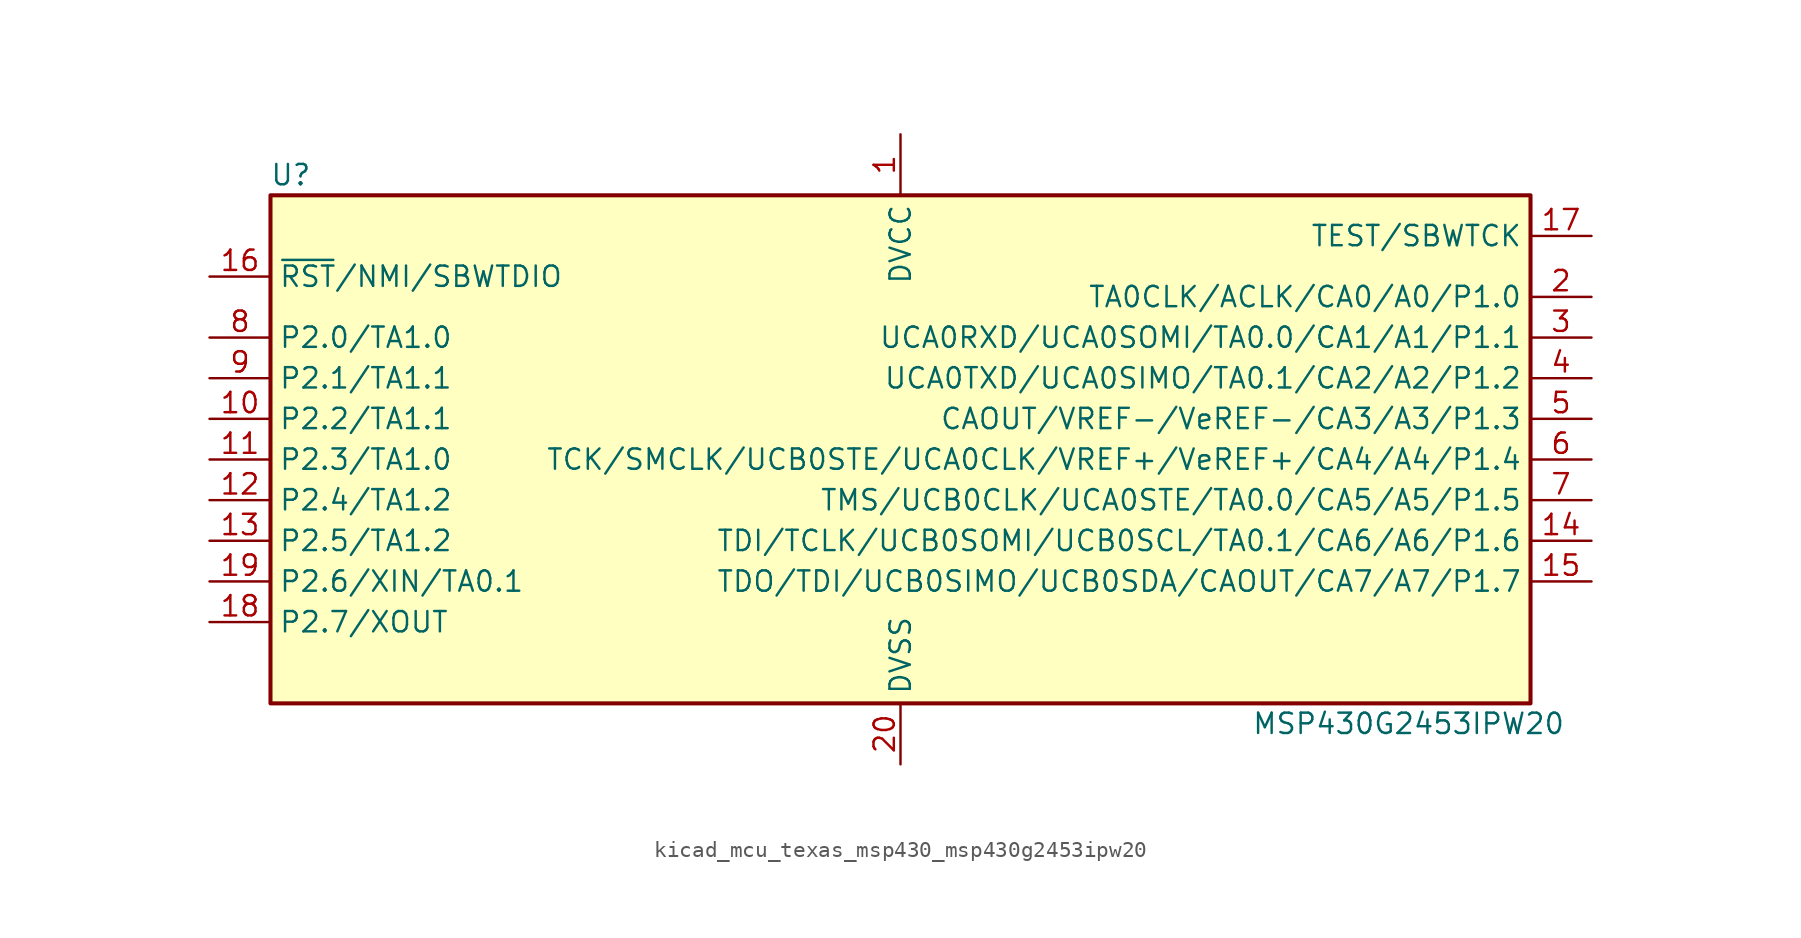
<source format=kicad_sym>
(kicad_symbol_lib
  (version 20220914)
  (generator kicad_symbol_editor)
  (symbol "kicad_mcu_texas_msp430_msp430g2453ipw20"
    (property "Reference" "U"
      (at -38.1 17.78 0)
      (effects (font (size 1.27 1.27))))
    (property "Value" "MSP430G2453IPW20"
      (at 31.75 -16.51 0)
      (effects (font (size 1.27 1.27))))
    (symbol "kicad_mcu_texas_msp430_msp430g2453ipw20_0_1"
      (rectangle (start -39.37 16.51) (end 39.37 -15.24) (stroke (width 0.254) (type default)) (fill (type background))))
    (symbol "kicad_mcu_texas_msp430_msp430g2453ipw20_1_1"
      (pin power_in line (at 0 20.32 270) (length 3.81) (name "DVCC" (effects (font (size 1.27 1.27)))) (number "1" (effects (font (size 1.27 1.27)))))
      (pin bidirectional line (at -43.18 2.54 0) (length 3.81) (name "P2.2/TA1.1" (effects (font (size 1.27 1.27)))) (number "10" (effects (font (size 1.27 1.27)))))
      (pin bidirectional line (at -43.18 0 0) (length 3.81) (name "P2.3/TA1.0" (effects (font (size 1.27 1.27)))) (number "11" (effects (font (size 1.27 1.27)))))
      (pin bidirectional line (at -43.18 -2.54 0) (length 3.81) (name "P2.4/TA1.2" (effects (font (size 1.27 1.27)))) (number "12" (effects (font (size 1.27 1.27)))))
      (pin bidirectional line (at -43.18 -5.08 0) (length 3.81) (name "P2.5/TA1.2" (effects (font (size 1.27 1.27)))) (number "13" (effects (font (size 1.27 1.27)))))
      (pin bidirectional line (at 43.18 -5.08 180) (length 3.81) (name "TDI/TCLK/UCB0SOMI/UCB0SCL/TA0.1/CA6/A6/P1.6" (effects (font (size 1.27 1.27)))) (number "14" (effects (font (size 1.27 1.27)))))
      (pin bidirectional line (at 43.18 -7.62 180) (length 3.81) (name "TDO/TDI/UCB0SIMO/UCB0SDA/CAOUT/CA7/A7/P1.7" (effects (font (size 1.27 1.27)))) (number "15" (effects (font (size 1.27 1.27)))))
      (pin input line (at -43.18 11.43 0) (length 3.81) (name "~{RST}/NMI/SBWTDIO" (effects (font (size 1.27 1.27)))) (number "16" (effects (font (size 1.27 1.27)))))
      (pin input line (at 43.18 13.97 180) (length 3.81) (name "TEST/SBWTCK" (effects (font (size 1.27 1.27)))) (number "17" (effects (font (size 1.27 1.27)))))
      (pin bidirectional line (at -43.18 -10.16 0) (length 3.81) (name "P2.7/XOUT" (effects (font (size 1.27 1.27)))) (number "18" (effects (font (size 1.27 1.27)))))
      (pin bidirectional line (at -43.18 -7.62 0) (length 3.81) (name "P2.6/XIN/TA0.1" (effects (font (size 1.27 1.27)))) (number "19" (effects (font (size 1.27 1.27)))))
      (pin bidirectional line (at 43.18 10.16 180) (length 3.81) (name "TA0CLK/ACLK/CA0/A0/P1.0" (effects (font (size 1.27 1.27)))) (number "2" (effects (font (size 1.27 1.27)))))
      (pin power_in line (at 0 -19.05 90) (length 3.81) (name "DVSS" (effects (font (size 1.27 1.27)))) (number "20" (effects (font (size 1.27 1.27)))))
      (pin bidirectional line (at 43.18 7.62 180) (length 3.81) (name "UCA0RXD/UCA0SOMI/TA0.0/CA1/A1/P1.1" (effects (font (size 1.27 1.27)))) (number "3" (effects (font (size 1.27 1.27)))))
      (pin bidirectional line (at 43.18 5.08 180) (length 3.81) (name "UCA0TXD/UCA0SIMO/TA0.1/CA2/A2/P1.2" (effects (font (size 1.27 1.27)))) (number "4" (effects (font (size 1.27 1.27)))))
      (pin bidirectional line (at 43.18 2.54 180) (length 3.81) (name "CAOUT/VREF-/VeREF-/CA3/A3/P1.3" (effects (font (size 1.27 1.27)))) (number "5" (effects (font (size 1.27 1.27)))))
      (pin bidirectional line (at 43.18 0 180) (length 3.81) (name "TCK/SMCLK/UCB0STE/UCA0CLK/VREF+/VeREF+/CA4/A4/P1.4" (effects (font (size 1.27 1.27)))) (number "6" (effects (font (size 1.27 1.27)))))
      (pin bidirectional line (at 43.18 -2.54 180) (length 3.81) (name "TMS/UCB0CLK/UCA0STE/TA0.0/CA5/A5/P1.5" (effects (font (size 1.27 1.27)))) (number "7" (effects (font (size 1.27 1.27)))))
      (pin bidirectional line (at -43.18 7.62 0) (length 3.81) (name "P2.0/TA1.0" (effects (font (size 1.27 1.27)))) (number "8" (effects (font (size 1.27 1.27)))))
      (pin bidirectional line (at -43.18 5.08 0) (length 3.81) (name "P2.1/TA1.1" (effects (font (size 1.27 1.27)))) (number "9" (effects (font (size 1.27 1.27))))))))
</source>
